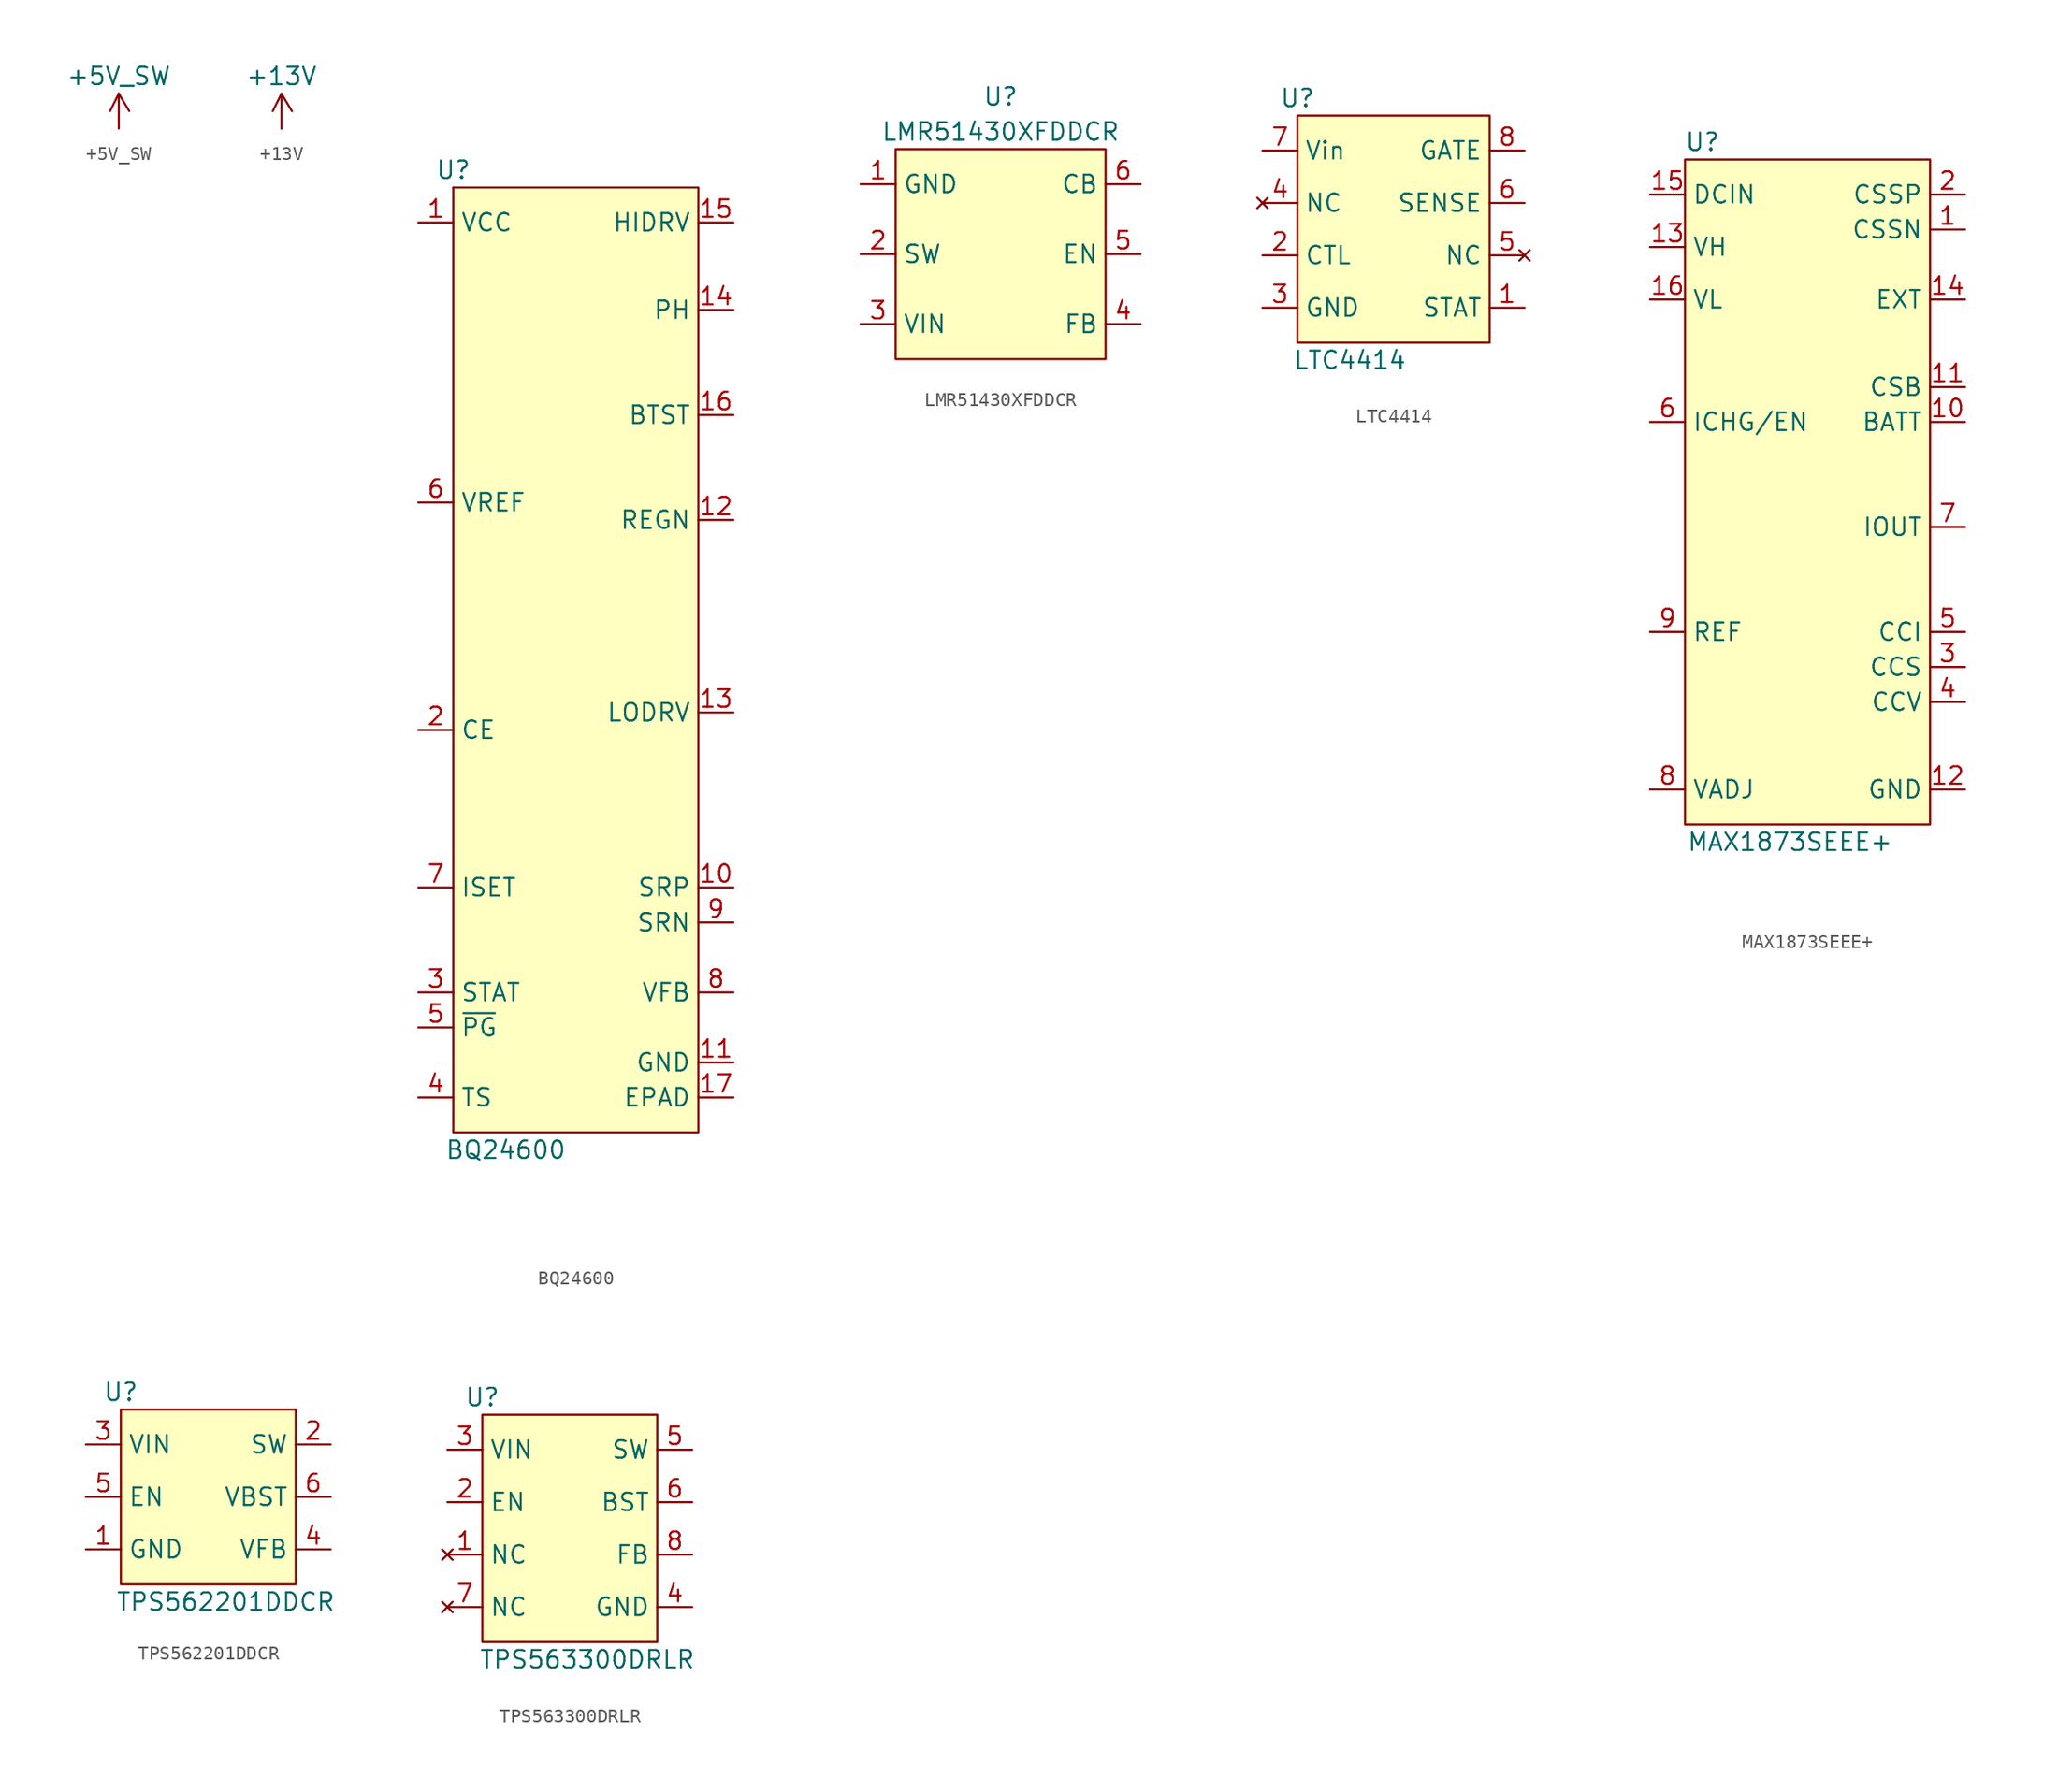
<source format=kicad_sym>
(kicad_symbol_lib
  (version 20220914)
  (generator kicad_symbol_editor)
  (symbol "+5V_SW"
    (power)
    (property "Reference" "PWR"
      (at 0 3.81 0)
      (effects (font (size 1.27 1.27)) hide))
    (property "Value" "+5V_SW"
      (at 0 3.81 0)
      (effects (font (size 1.27 1.27))))
    (symbol "+5V_SW_1_1"
      (polyline (pts (xy -0.635 1.27) (xy 0 2.54)) (stroke (width 0) (type default)) (fill (type none)))
      (polyline (pts (xy 0 0) (xy 0 2.54)) (stroke (width 0) (type default)) (fill (type none)))
      (polyline (pts (xy 0 2.54) (xy 0.762 1.27)) (stroke (width 0) (type default)) (fill (type none)))
      (pin power_in line (at 0 0 90) (length 2.54) hide (name "+5V_PWR" (effects (font (size 1.27 1.27)))) (number "1" (effects (font (size 1.27 1.27)))))))
  (symbol "+13V"
    (power)
    (property "Reference" "PWR"
      (at 0 3.81 0)
      (effects (font (size 1.27 1.27)) hide))
    (property "Value" "+13V"
      (at 0 3.81 0)
      (effects (font (size 1.27 1.27))))
    (symbol "+13V_1_1"
      (polyline (pts (xy -0.635 1.27) (xy 0 2.54)) (stroke (width 0) (type default)) (fill (type none)))
      (polyline (pts (xy 0 0) (xy 0 2.54)) (stroke (width 0) (type default)) (fill (type none)))
      (polyline (pts (xy 0 2.54) (xy 0.762 1.27)) (stroke (width 0) (type default)) (fill (type none)))
      (pin power_in line (at 0 0 90) (length 2.54) hide (name "+13V" (effects (font (size 1.27 1.27)))) (number "1" (effects (font (size 1.27 1.27)))))))
  (symbol "BQ24600"
    (property "Reference" "U"
      (at 0 1.27 0)
      (effects (font (size 1.27 1.27))))
    (property "Value" "BQ24600"
      (at 3.81 -69.85 0)
      (effects (font (size 1.27 1.27))))
    (symbol "BQ24600_0_1"
      (rectangle (start 0 0) (end 0 0) (stroke (width 0) (type default)) (fill (type none)))
      (rectangle (start 0 0) (end 17.78 -68.58) (stroke (width 0) (type default)) (fill (type background))))
    (symbol "BQ24600_1_1"
      (pin power_in line (at -2.54 -2.54 0) (length 2.54) (name "VCC" (effects (font (size 1.27 1.27)))) (number "1" (effects (font (size 1.27 1.27)))))
      (pin input line (at 20.32 -50.8 180) (length 2.54) (name "SRP" (effects (font (size 1.27 1.27)))) (number "10" (effects (font (size 1.27 1.27)))))
      (pin power_in line (at 20.32 -63.5 180) (length 2.54) (name "GND" (effects (font (size 1.27 1.27)))) (number "11" (effects (font (size 1.27 1.27)))))
      (pin output line (at 20.32 -24.13 180) (length 2.54) (name "REGN" (effects (font (size 1.27 1.27)))) (number "12" (effects (font (size 1.27 1.27)))))
      (pin output line (at 20.32 -38.1 180) (length 2.54) (name "LODRV" (effects (font (size 1.27 1.27)))) (number "13" (effects (font (size 1.27 1.27)))))
      (pin input line (at 20.32 -8.89 180) (length 2.54) (name "PH" (effects (font (size 1.27 1.27)))) (number "14" (effects (font (size 1.27 1.27)))))
      (pin output line (at 20.32 -2.54 180) (length 2.54) (name "HIDRV" (effects (font (size 1.27 1.27)))) (number "15" (effects (font (size 1.27 1.27)))))
      (pin power_in line (at 20.32 -16.51 180) (length 2.54) (name "BTST" (effects (font (size 1.27 1.27)))) (number "16" (effects (font (size 1.27 1.27)))))
      (pin power_in line (at 20.32 -66.04 180) (length 2.54) (name "EPAD" (effects (font (size 1.27 1.27)))) (number "17" (effects (font (size 1.27 1.27)))))
      (pin input line (at -2.54 -39.37 0) (length 2.54) (name "CE" (effects (font (size 1.27 1.27)))) (number "2" (effects (font (size 1.27 1.27)))))
      (pin input line (at -2.54 -58.42 0) (length 2.54) (name "STAT" (effects (font (size 1.27 1.27)))) (number "3" (effects (font (size 1.27 1.27)))))
      (pin input line (at -2.54 -66.04 0) (length 2.54) (name "TS" (effects (font (size 1.27 1.27)))) (number "4" (effects (font (size 1.27 1.27)))))
      (pin output line (at -2.54 -60.96 0) (length 2.54) (name "~{PG}" (effects (font (size 1.27 1.27)))) (number "5" (effects (font (size 1.27 1.27)))))
      (pin power_out line (at -2.54 -22.86 0) (length 2.54) (name "VREF" (effects (font (size 1.27 1.27)))) (number "6" (effects (font (size 1.27 1.27)))))
      (pin input line (at -2.54 -50.8 0) (length 2.54) (name "ISET" (effects (font (size 1.27 1.27)))) (number "7" (effects (font (size 1.27 1.27)))))
      (pin output line (at 20.32 -58.42 180) (length 2.54) (name "VFB" (effects (font (size 1.27 1.27)))) (number "8" (effects (font (size 1.27 1.27)))))
      (pin input line (at 20.32 -53.34 180) (length 2.54) (name "SRN" (effects (font (size 1.27 1.27)))) (number "9" (effects (font (size 1.27 1.27)))))))
  (symbol "LMR51430XFDDCR"
    (property "Reference" "U"
      (at 0 11.43 0)
      (effects (font (size 1.27 1.27))))
    (property "Value" "LMR51430XFDDCR"
      (at 0 8.89 0)
      (effects (font (size 1.27 1.27))))
    (symbol "LMR51430XFDDCR_0_1"
      (rectangle (start -7.62 7.62) (end 7.62 -7.62) (stroke (width 0) (type default)) (fill (type background))))
    (symbol "LMR51430XFDDCR_1_1"
      (pin power_in line (at -10.16 5.08 0) (length 2.54) (name "GND" (effects (font (size 1.27 1.27)))) (number "1" (effects (font (size 1.27 1.27)))))
      (pin power_out line (at -10.16 0 0) (length 2.54) (name "SW" (effects (font (size 1.27 1.27)))) (number "2" (effects (font (size 1.27 1.27)))))
      (pin power_in line (at -10.16 -5.08 0) (length 2.54) (name "VIN" (effects (font (size 1.27 1.27)))) (number "3" (effects (font (size 1.27 1.27)))))
      (pin input line (at 10.16 -5.08 180) (length 2.54) (name "FB" (effects (font (size 1.27 1.27)))) (number "4" (effects (font (size 1.27 1.27)))))
      (pin input line (at 10.16 0 180) (length 2.54) (name "EN" (effects (font (size 1.27 1.27)))) (number "5" (effects (font (size 1.27 1.27)))))
      (pin power_out line (at 10.16 5.08 180) (length 2.54) (name "CB" (effects (font (size 1.27 1.27)))) (number "6" (effects (font (size 1.27 1.27)))))))
  (symbol "LTC4414"
    (property "Reference" "U"
      (at 0 1.27 0)
      (effects (font (size 1.27 1.27))))
    (property "Value" "LTC4414"
      (at 3.81 -17.78 0)
      (effects (font (size 1.27 1.27))))
    (symbol "LTC4414_0_1"
      (rectangle (start 0 0) (end 13.97 -16.51) (stroke (width 0) (type default)) (fill (type background))))
    (symbol "LTC4414_1_1"
      (pin output line (at 16.51 -13.97 180) (length 2.54) (name "STAT" (effects (font (size 1.27 1.27)))) (number "1" (effects (font (size 1.27 1.27)))))
      (pin input line (at -2.54 -10.16 0) (length 2.54) (name "CTL" (effects (font (size 1.27 1.27)))) (number "2" (effects (font (size 1.27 1.27)))))
      (pin power_in line (at -2.54 -13.97 0) (length 2.54) (name "GND" (effects (font (size 1.27 1.27)))) (number "3" (effects (font (size 1.27 1.27)))))
      (pin no_connect line (at -2.54 -6.35 0) (length 2.54) (name "NC" (effects (font (size 1.27 1.27)))) (number "4" (effects (font (size 1.27 1.27)))))
      (pin no_connect line (at 16.51 -10.16 180) (length 2.54) (name "NC" (effects (font (size 1.27 1.27)))) (number "5" (effects (font (size 1.27 1.27)))))
      (pin input line (at 16.51 -6.35 180) (length 2.54) (name "SENSE" (effects (font (size 1.27 1.27)))) (number "6" (effects (font (size 1.27 1.27)))))
      (pin power_in line (at -2.54 -2.54 0) (length 2.54) (name "Vin" (effects (font (size 1.27 1.27)))) (number "7" (effects (font (size 1.27 1.27)))))
      (pin output line (at 16.51 -2.54 180) (length 2.54) (name "GATE" (effects (font (size 1.27 1.27)))) (number "8" (effects (font (size 1.27 1.27)))))))
  (symbol "MAX1873SEEE+"
    (property "Reference" "U"
      (at 1.27 1.27 0)
      (effects (font (size 1.27 1.27))))
    (property "Value" "MAX1873SEEE+"
      (at 7.62 -49.53 0)
      (effects (font (size 1.27 1.27))))
    (symbol "MAX1873SEEE+_0_1"
      (rectangle (start 0 0) (end 17.78 -48.26) (stroke (width 0) (type default)) (fill (type background))))
    (symbol "MAX1873SEEE+_1_1"
      (pin input line (at 20.32 -5.08 180) (length 2.54) (name "CSSN" (effects (font (size 1.27 1.27)))) (number "1" (effects (font (size 1.27 1.27)))))
      (pin input line (at 20.32 -19.05 180) (length 2.54) (name "BATT" (effects (font (size 1.27 1.27)))) (number "10" (effects (font (size 1.27 1.27)))))
      (pin input line (at 20.32 -16.51 180) (length 2.54) (name "CSB" (effects (font (size 1.27 1.27)))) (number "11" (effects (font (size 1.27 1.27)))))
      (pin power_in line (at 20.32 -45.72 180) (length 2.54) (name "GND" (effects (font (size 1.27 1.27)))) (number "12" (effects (font (size 1.27 1.27)))))
      (pin power_in line (at -2.54 -6.35 0) (length 2.54) (name "VH" (effects (font (size 1.27 1.27)))) (number "13" (effects (font (size 1.27 1.27)))))
      (pin output line (at 20.32 -10.16 180) (length 2.54) (name "EXT" (effects (font (size 1.27 1.27)))) (number "14" (effects (font (size 1.27 1.27)))))
      (pin power_in line (at -2.54 -2.54 0) (length 2.54) (name "DCIN" (effects (font (size 1.27 1.27)))) (number "15" (effects (font (size 1.27 1.27)))))
      (pin power_in line (at -2.54 -10.16 0) (length 2.54) (name "VL" (effects (font (size 1.27 1.27)))) (number "16" (effects (font (size 1.27 1.27)))))
      (pin input line (at 20.32 -2.54 180) (length 2.54) (name "CSSP" (effects (font (size 1.27 1.27)))) (number "2" (effects (font (size 1.27 1.27)))))
      (pin input line (at 20.32 -36.83 180) (length 2.54) (name "CCS" (effects (font (size 1.27 1.27)))) (number "3" (effects (font (size 1.27 1.27)))))
      (pin input line (at 20.32 -39.37 180) (length 2.54) (name "CCV" (effects (font (size 1.27 1.27)))) (number "4" (effects (font (size 1.27 1.27)))))
      (pin input line (at 20.32 -34.29 180) (length 2.54) (name "CCI" (effects (font (size 1.27 1.27)))) (number "5" (effects (font (size 1.27 1.27)))))
      (pin input line (at -2.54 -19.05 0) (length 2.54) (name "ICHG/EN" (effects (font (size 1.27 1.27)))) (number "6" (effects (font (size 1.27 1.27)))))
      (pin output line (at 20.32 -26.67 180) (length 2.54) (name "IOUT" (effects (font (size 1.27 1.27)))) (number "7" (effects (font (size 1.27 1.27)))))
      (pin input line (at -2.54 -45.72 0) (length 2.54) (name "VADJ" (effects (font (size 1.27 1.27)))) (number "8" (effects (font (size 1.27 1.27)))))
      (pin passive line (at -2.54 -34.29 0) (length 2.54) (name "REF" (effects (font (size 1.27 1.27)))) (number "9" (effects (font (size 1.27 1.27)))))))
  (symbol "TPS562201DDCR"
    (property "Reference" "U"
      (at 0 1.27 0)
      (effects (font (size 1.27 1.27))))
    (property "Value" "TPS562201DDCR"
      (at 7.62 -13.97 0)
      (effects (font (size 1.27 1.27))))
    (symbol "TPS562201DDCR_0_1"
      (rectangle (start 0 0) (end 12.7 -12.7) (stroke (width 0) (type default)) (fill (type background))))
    (symbol "TPS562201DDCR_1_1"
      (pin power_in line (at -2.54 -10.16 0) (length 2.54) (name "GND" (effects (font (size 1.27 1.27)))) (number "1" (effects (font (size 1.27 1.27)))))
      (pin power_out line (at 15.24 -2.54 180) (length 2.54) (name "SW" (effects (font (size 1.27 1.27)))) (number "2" (effects (font (size 1.27 1.27)))))
      (pin power_in line (at -2.54 -2.54 0) (length 2.54) (name "VIN" (effects (font (size 1.27 1.27)))) (number "3" (effects (font (size 1.27 1.27)))))
      (pin input line (at 15.24 -10.16 180) (length 2.54) (name "VFB" (effects (font (size 1.27 1.27)))) (number "4" (effects (font (size 1.27 1.27)))))
      (pin input line (at -2.54 -6.35 0) (length 2.54) (name "EN" (effects (font (size 1.27 1.27)))) (number "5" (effects (font (size 1.27 1.27)))))
      (pin power_in line (at 15.24 -6.35 180) (length 2.54) (name "VBST" (effects (font (size 1.27 1.27)))) (number "6" (effects (font (size 1.27 1.27)))))))
  (symbol "TPS563300DRLR"
    (property "Reference" "U"
      (at 0 1.27 0)
      (effects (font (size 1.27 1.27))))
    (property "Value" "TPS563300DRLR"
      (at 7.62 -17.78 0)
      (effects (font (size 1.27 1.27))))
    (symbol "TPS563300DRLR_0_1"
      (rectangle (start 0 0) (end 12.7 -16.51) (stroke (width 0) (type default)) (fill (type background))))
    (symbol "TPS563300DRLR_1_1"
      (pin no_connect line (at -2.54 -10.16 0) (length 2.54) (name "NC" (effects (font (size 1.27 1.27)))) (number "1" (effects (font (size 1.27 1.27)))))
      (pin input line (at -2.54 -6.35 0) (length 2.54) (name "EN" (effects (font (size 1.27 1.27)))) (number "2" (effects (font (size 1.27 1.27)))))
      (pin power_in line (at -2.54 -2.54 0) (length 2.54) (name "VIN" (effects (font (size 1.27 1.27)))) (number "3" (effects (font (size 1.27 1.27)))))
      (pin power_in line (at 15.24 -13.97 180) (length 2.54) (name "GND" (effects (font (size 1.27 1.27)))) (number "4" (effects (font (size 1.27 1.27)))))
      (pin power_out line (at 15.24 -2.54 180) (length 2.54) (name "SW" (effects (font (size 1.27 1.27)))) (number "5" (effects (font (size 1.27 1.27)))))
      (pin power_out line (at 15.24 -6.35 180) (length 2.54) (name "BST" (effects (font (size 1.27 1.27)))) (number "6" (effects (font (size 1.27 1.27)))))
      (pin no_connect line (at -2.54 -13.97 0) (length 2.54) (name "NC" (effects (font (size 1.27 1.27)))) (number "7" (effects (font (size 1.27 1.27)))))
      (pin input line (at 15.24 -10.16 180) (length 2.54) (name "FB" (effects (font (size 1.27 1.27)))) (number "8" (effects (font (size 1.27 1.27))))))))
</source>
